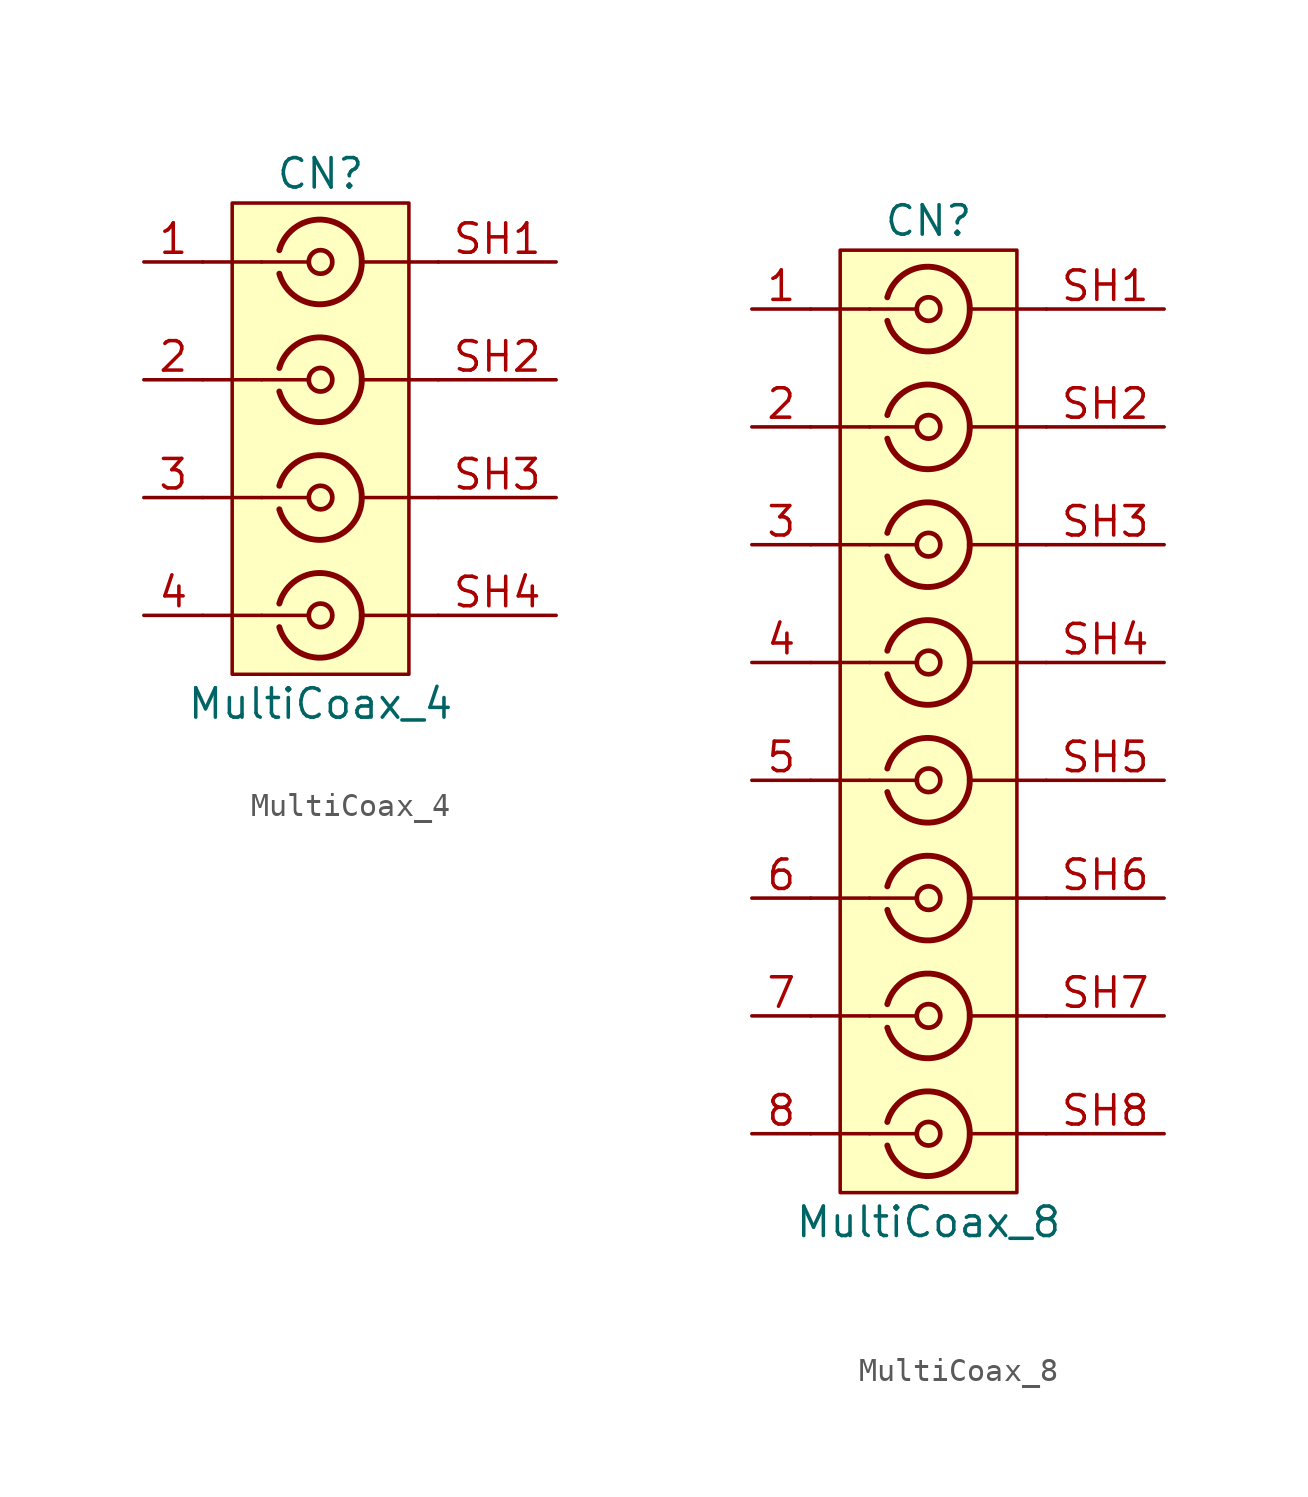
<source format=kicad_sym>
(kicad_symbol_lib
  (version 20220914)
  (generator kicad_symbol_editor)
  (symbol "MultiCoax_4"
    (pin_names hide)
    (property "Reference" "CN"
      (at 0 3.81 0)
      (do_not_autoplace)
      (effects (font (size 1.27 1.27))))
    (property "Value" "MultiCoax_4"
      (at 0 -19.05 0)
      (do_not_autoplace)
      (effects (font (size 1.27 1.27))))
    (symbol "MultiCoax_4_0_1"
      (arc (start -1.778 -15.748) (mid 0.222 -17.048) (end 1.778 -15.24) (stroke (width 0.254) (type default)) (fill (type none)))
      (arc (start -1.778 -10.668) (mid 0.222 -11.968) (end 1.778 -10.16) (stroke (width 0.254) (type default)) (fill (type none)))
      (arc (start -1.778 -5.588) (mid 0.222 -6.888) (end 1.778 -5.08) (stroke (width 0.254) (type default)) (fill (type none)))
      (arc (start -1.778 -0.508) (mid 0.2311 -1.8066) (end 1.778 0) (stroke (width 0.254) (type default)) (fill (type none)))
      (circle (center 0 -15.24) (radius 0.508) (stroke (width 0.203) (type default)) (fill (type none)))
      (circle (center 0 -10.16) (radius 0.508) (stroke (width 0.203) (type default)) (fill (type none)))
      (circle (center 0 -5.08) (radius 0.508) (stroke (width 0.203) (type default)) (fill (type none)))
      (polyline (pts (xy -2.54 -15.24) (xy -0.508 -15.24)) (stroke (width 0) (type default)) (fill (type none)))
      (polyline (pts (xy -2.54 -10.16) (xy -0.508 -10.16)) (stroke (width 0) (type default)) (fill (type none)))
      (polyline (pts (xy -2.54 -5.08) (xy -0.508 -5.08)) (stroke (width 0) (type default)) (fill (type none)))
      (polyline (pts (xy -2.54 0) (xy -0.508 0)) (stroke (width 0) (type default)) (fill (type none)))
      (polyline (pts (xy 5.08 -15.24) (xy 1.778 -15.24)) (stroke (width 0) (type default)) (fill (type none)))
      (polyline (pts (xy 5.08 -10.16) (xy 1.778 -10.16)) (stroke (width 0) (type default)) (fill (type none)))
      (polyline (pts (xy 5.08 -5.08) (xy 1.778 -5.08)) (stroke (width 0) (type default)) (fill (type none)))
      (polyline (pts (xy 5.08 0) (xy 1.778 0)) (stroke (width 0) (type default)) (fill (type none)))
      (circle (center 0 0) (radius 0.508) (stroke (width 0.203) (type default)) (fill (type none)))
      (arc (start 1.778 -15.24) (mid 0.222 -13.4317) (end -1.778 -14.732) (stroke (width 0.254) (type default)) (fill (type none)))
      (arc (start 1.778 -10.16) (mid 0.2221 -8.3517) (end -1.778 -9.652) (stroke (width 0.254) (type default)) (fill (type none)))
      (arc (start 1.778 -5.08) (mid 0.2221 -3.2717) (end -1.778 -4.572) (stroke (width 0.254) (type default)) (fill (type none)))
      (arc (start 1.778 0) (mid 0.2099 1.8101) (end -1.778 0.508) (stroke (width 0.254) (type default)) (fill (type none))))
    (symbol "MultiCoax_4_1_1"
      (rectangle (start -3.81 2.54) (end 3.81 -17.78) (stroke (width 0) (type default)) (fill (type background)))
      (polyline (pts (xy -5.08 -15.24) (xy -2.54 -15.24)) (stroke (width 0) (type default)) (fill (type none)))
      (polyline (pts (xy -5.08 -5.08) (xy -2.54 -5.08)) (stroke (width 0) (type default)) (fill (type none)))
      (polyline (pts (xy -2.54 -10.16) (xy -5.08 -10.16)) (stroke (width 0) (type default)) (fill (type none)))
      (polyline (pts (xy -2.54 0) (xy -5.08 0)) (stroke (width 0) (type default)) (fill (type none)))
      (pin passive line (at -7.62 0 0) (length 2.54) (name "In" (effects (font (size 1.27 1.27)))) (number "1" (effects (font (size 1.27 1.27)))))
      (pin passive line (at -7.62 -5.08 0) (length 2.54) (name "In" (effects (font (size 1.27 1.27)))) (number "2" (effects (font (size 1.27 1.27)))))
      (pin passive line (at -7.62 -10.16 0) (length 2.54) (name "In" (effects (font (size 1.27 1.27)))) (number "3" (effects (font (size 1.27 1.27)))))
      (pin passive line (at -7.62 -15.24 0) (length 2.54) (name "In" (effects (font (size 1.27 1.27)))) (number "4" (effects (font (size 1.27 1.27)))))
      (pin passive line (at 10.16 0 180) (length 5.08) (name "Ext" (effects (font (size 1.27 1.27)))) (number "SH1" (effects (font (size 1.27 1.27)))))
      (pin passive line (at 10.16 -5.08 180) (length 5.08) (name "Ext" (effects (font (size 1.27 1.27)))) (number "SH2" (effects (font (size 1.27 1.27)))))
      (pin passive line (at 10.16 -10.16 180) (length 5.08) (name "Ext" (effects (font (size 1.27 1.27)))) (number "SH3" (effects (font (size 1.27 1.27)))))
      (pin passive line (at 10.16 -15.24 180) (length 5.08) (name "Ext" (effects (font (size 1.27 1.27)))) (number "SH4" (effects (font (size 1.27 1.27)))))))
  (symbol "MultiCoax_8"
    (pin_names hide)
    (property "Reference" "CN"
      (at 0 3.81 0)
      (do_not_autoplace)
      (effects (font (size 1.27 1.27))))
    (property "Value" "MultiCoax_8"
      (at 0 -39.37 0)
      (do_not_autoplace)
      (effects (font (size 1.27 1.27))))
    (symbol "MultiCoax_8_0_1"
      (arc (start -1.778 -36.068) (mid 0.222 -37.368) (end 1.778 -35.56) (stroke (width 0.254) (type default)) (fill (type none)))
      (arc (start -1.778 -30.988) (mid 0.222 -32.288) (end 1.778 -30.48) (stroke (width 0.254) (type default)) (fill (type none)))
      (arc (start -1.778 -25.908) (mid 0.222 -27.208) (end 1.778 -25.4) (stroke (width 0.254) (type default)) (fill (type none)))
      (arc (start -1.778 -20.828) (mid 0.222 -22.128) (end 1.778 -20.32) (stroke (width 0.254) (type default)) (fill (type none)))
      (arc (start -1.778 -15.748) (mid 0.222 -17.048) (end 1.778 -15.24) (stroke (width 0.254) (type default)) (fill (type none)))
      (arc (start -1.778 -10.668) (mid 0.222 -11.968) (end 1.778 -10.16) (stroke (width 0.254) (type default)) (fill (type none)))
      (arc (start -1.778 -5.588) (mid 0.222 -6.888) (end 1.778 -5.08) (stroke (width 0.254) (type default)) (fill (type none)))
      (arc (start -1.778 -0.508) (mid 0.2311 -1.8066) (end 1.778 0) (stroke (width 0.254) (type default)) (fill (type none)))
      (circle (center 0 -35.56) (radius 0.508) (stroke (width 0.203) (type default)) (fill (type none)))
      (circle (center 0 -30.48) (radius 0.508) (stroke (width 0.203) (type default)) (fill (type none)))
      (circle (center 0 -25.4) (radius 0.508) (stroke (width 0.203) (type default)) (fill (type none)))
      (circle (center 0 -20.32) (radius 0.508) (stroke (width 0.203) (type default)) (fill (type none)))
      (circle (center 0 -15.24) (radius 0.508) (stroke (width 0.203) (type default)) (fill (type none)))
      (circle (center 0 -10.16) (radius 0.508) (stroke (width 0.203) (type default)) (fill (type none)))
      (circle (center 0 -5.08) (radius 0.508) (stroke (width 0.203) (type default)) (fill (type none)))
      (polyline (pts (xy -2.54 -35.56) (xy -0.508 -35.56)) (stroke (width 0) (type default)) (fill (type none)))
      (polyline (pts (xy -2.54 -30.48) (xy -0.508 -30.48)) (stroke (width 0) (type default)) (fill (type none)))
      (polyline (pts (xy -2.54 -25.4) (xy -0.508 -25.4)) (stroke (width 0) (type default)) (fill (type none)))
      (polyline (pts (xy -2.54 -20.32) (xy -0.508 -20.32)) (stroke (width 0) (type default)) (fill (type none)))
      (polyline (pts (xy -2.54 -15.24) (xy -0.508 -15.24)) (stroke (width 0) (type default)) (fill (type none)))
      (polyline (pts (xy -2.54 -10.16) (xy -0.508 -10.16)) (stroke (width 0) (type default)) (fill (type none)))
      (polyline (pts (xy -2.54 -5.08) (xy -0.508 -5.08)) (stroke (width 0) (type default)) (fill (type none)))
      (polyline (pts (xy -2.54 0) (xy -0.508 0)) (stroke (width 0) (type default)) (fill (type none)))
      (polyline (pts (xy 5.08 -35.56) (xy 1.778 -35.56)) (stroke (width 0) (type default)) (fill (type none)))
      (polyline (pts (xy 5.08 -30.48) (xy 1.778 -30.48)) (stroke (width 0) (type default)) (fill (type none)))
      (polyline (pts (xy 5.08 -25.4) (xy 1.778 -25.4)) (stroke (width 0) (type default)) (fill (type none)))
      (polyline (pts (xy 5.08 -20.32) (xy 1.778 -20.32)) (stroke (width 0) (type default)) (fill (type none)))
      (polyline (pts (xy 5.08 -15.24) (xy 1.778 -15.24)) (stroke (width 0) (type default)) (fill (type none)))
      (polyline (pts (xy 5.08 -10.16) (xy 1.778 -10.16)) (stroke (width 0) (type default)) (fill (type none)))
      (polyline (pts (xy 5.08 -5.08) (xy 1.778 -5.08)) (stroke (width 0) (type default)) (fill (type none)))
      (polyline (pts (xy 5.08 0) (xy 1.778 0)) (stroke (width 0) (type default)) (fill (type none)))
      (circle (center 0 0) (radius 0.508) (stroke (width 0.203) (type default)) (fill (type none)))
      (arc (start 1.778 -35.56) (mid 0.222 -33.7517) (end -1.778 -35.052) (stroke (width 0.254) (type default)) (fill (type none)))
      (arc (start 1.778 -30.48) (mid 0.2221 -28.6717) (end -1.778 -29.972) (stroke (width 0.254) (type default)) (fill (type none)))
      (arc (start 1.778 -25.4) (mid 0.222 -23.5917) (end -1.778 -24.892) (stroke (width 0.254) (type default)) (fill (type none)))
      (arc (start 1.778 -20.32) (mid 0.2221 -18.5117) (end -1.778 -19.812) (stroke (width 0.254) (type default)) (fill (type none)))
      (arc (start 1.778 -15.24) (mid 0.222 -13.4317) (end -1.778 -14.732) (stroke (width 0.254) (type default)) (fill (type none)))
      (arc (start 1.778 -10.16) (mid 0.2221 -8.3517) (end -1.778 -9.652) (stroke (width 0.254) (type default)) (fill (type none)))
      (arc (start 1.778 -5.08) (mid 0.2221 -3.2717) (end -1.778 -4.572) (stroke (width 0.254) (type default)) (fill (type none)))
      (arc (start 1.778 0) (mid 0.2099 1.8101) (end -1.778 0.508) (stroke (width 0.254) (type default)) (fill (type none))))
    (symbol "MultiCoax_8_1_1"
      (rectangle (start -3.81 2.54) (end 3.81 -38.1) (stroke (width 0) (type default)) (fill (type background)))
      (polyline (pts (xy -5.08 -35.56) (xy -2.54 -35.56)) (stroke (width 0) (type default)) (fill (type none)))
      (polyline (pts (xy -5.08 -25.4) (xy -2.54 -25.4)) (stroke (width 0) (type default)) (fill (type none)))
      (polyline (pts (xy -5.08 -15.24) (xy -2.54 -15.24)) (stroke (width 0) (type default)) (fill (type none)))
      (polyline (pts (xy -5.08 -5.08) (xy -2.54 -5.08)) (stroke (width 0) (type default)) (fill (type none)))
      (polyline (pts (xy -2.54 -30.48) (xy -5.08 -30.48)) (stroke (width 0) (type default)) (fill (type none)))
      (polyline (pts (xy -2.54 -20.32) (xy -5.08 -20.32)) (stroke (width 0) (type default)) (fill (type none)))
      (polyline (pts (xy -2.54 -10.16) (xy -5.08 -10.16)) (stroke (width 0) (type default)) (fill (type none)))
      (polyline (pts (xy -2.54 0) (xy -5.08 0)) (stroke (width 0) (type default)) (fill (type none)))
      (pin passive line (at -7.62 0 0) (length 2.54) (name "In" (effects (font (size 1.27 1.27)))) (number "1" (effects (font (size 1.27 1.27)))))
      (pin passive line (at -7.62 -5.08 0) (length 2.54) (name "In" (effects (font (size 1.27 1.27)))) (number "2" (effects (font (size 1.27 1.27)))))
      (pin passive line (at -7.62 -10.16 0) (length 2.54) (name "In" (effects (font (size 1.27 1.27)))) (number "3" (effects (font (size 1.27 1.27)))))
      (pin passive line (at -7.62 -15.24 0) (length 2.54) (name "In" (effects (font (size 1.27 1.27)))) (number "4" (effects (font (size 1.27 1.27)))))
      (pin passive line (at -7.62 -20.32 0) (length 2.54) (name "In" (effects (font (size 1.27 1.27)))) (number "5" (effects (font (size 1.27 1.27)))))
      (pin passive line (at -7.62 -25.4 0) (length 2.54) (name "In" (effects (font (size 1.27 1.27)))) (number "6" (effects (font (size 1.27 1.27)))))
      (pin passive line (at -7.62 -30.48 0) (length 2.54) (name "In" (effects (font (size 1.27 1.27)))) (number "7" (effects (font (size 1.27 1.27)))))
      (pin passive line (at -7.62 -35.56 0) (length 2.54) (name "In" (effects (font (size 1.27 1.27)))) (number "8" (effects (font (size 1.27 1.27)))))
      (pin passive line (at 10.16 0 180) (length 5.08) (name "Ext" (effects (font (size 1.27 1.27)))) (number "SH1" (effects (font (size 1.27 1.27)))))
      (pin passive line (at 10.16 -5.08 180) (length 5.08) (name "Ext" (effects (font (size 1.27 1.27)))) (number "SH2" (effects (font (size 1.27 1.27)))))
      (pin passive line (at 10.16 -10.16 180) (length 5.08) (name "Ext" (effects (font (size 1.27 1.27)))) (number "SH3" (effects (font (size 1.27 1.27)))))
      (pin passive line (at 10.16 -15.24 180) (length 5.08) (name "Ext" (effects (font (size 1.27 1.27)))) (number "SH4" (effects (font (size 1.27 1.27)))))
      (pin passive line (at 10.16 -20.32 180) (length 5.08) (name "Ext" (effects (font (size 1.27 1.27)))) (number "SH5" (effects (font (size 1.27 1.27)))))
      (pin passive line (at 10.16 -25.4 180) (length 5.08) (name "Ext" (effects (font (size 1.27 1.27)))) (number "SH6" (effects (font (size 1.27 1.27)))))
      (pin passive line (at 10.16 -30.48 180) (length 5.08) (name "Ext" (effects (font (size 1.27 1.27)))) (number "SH7" (effects (font (size 1.27 1.27)))))
      (pin passive line (at 10.16 -35.56 180) (length 5.08) (name "Ext" (effects (font (size 1.27 1.27)))) (number "SH8" (effects (font (size 1.27 1.27))))))))
</source>
